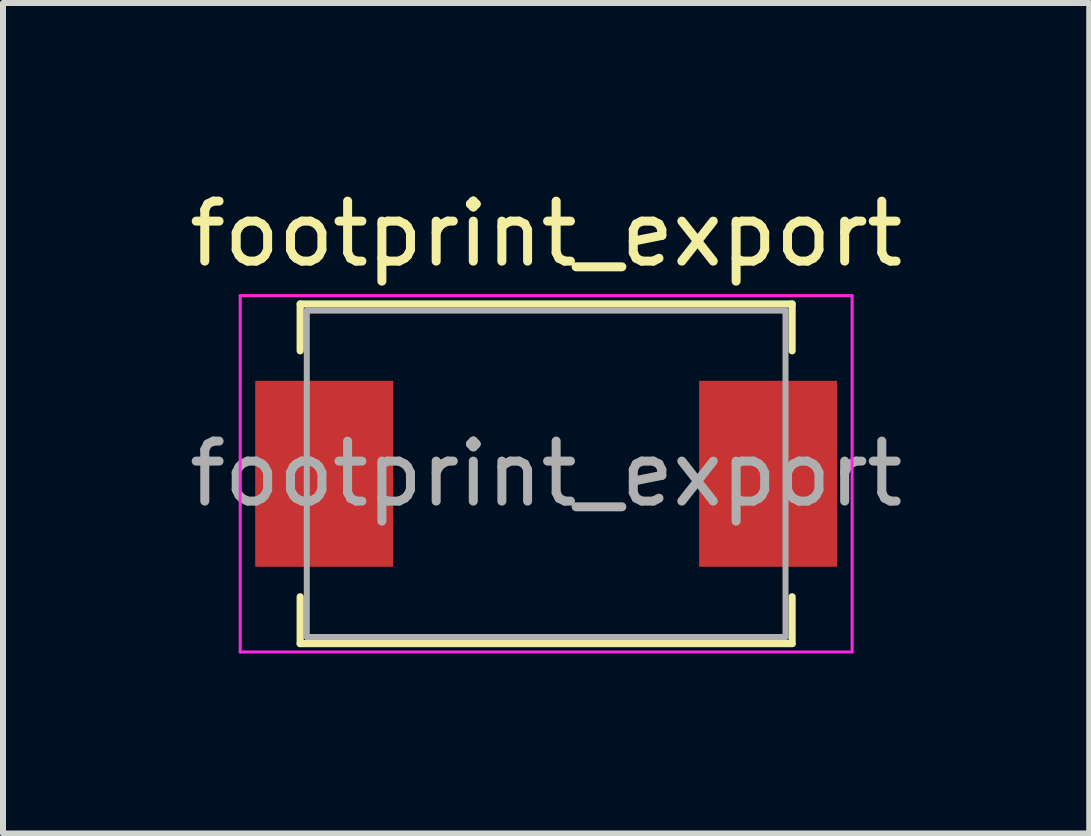
<source format=kicad_pcb>
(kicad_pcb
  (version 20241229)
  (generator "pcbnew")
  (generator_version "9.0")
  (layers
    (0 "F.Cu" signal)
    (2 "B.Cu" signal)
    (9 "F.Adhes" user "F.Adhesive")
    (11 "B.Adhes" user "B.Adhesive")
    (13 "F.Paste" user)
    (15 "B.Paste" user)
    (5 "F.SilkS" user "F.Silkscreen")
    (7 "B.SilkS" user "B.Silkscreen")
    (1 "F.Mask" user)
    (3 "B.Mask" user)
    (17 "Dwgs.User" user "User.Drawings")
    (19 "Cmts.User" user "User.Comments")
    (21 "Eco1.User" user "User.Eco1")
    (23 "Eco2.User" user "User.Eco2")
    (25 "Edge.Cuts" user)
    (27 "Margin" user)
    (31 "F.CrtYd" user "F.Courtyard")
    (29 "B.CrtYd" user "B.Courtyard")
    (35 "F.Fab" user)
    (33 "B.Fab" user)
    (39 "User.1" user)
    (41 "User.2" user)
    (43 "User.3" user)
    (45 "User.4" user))
  (footprint "footprint_export"
    (layer "F.Cu")
    (at 6.054 4.848)
    (property "Reference" "footprint_export" (at 0 -4 0) (layer "F.SilkS") (effects (font (size 1 1) (thickness 0.15))))
    (attr smd)
    (fp_line (start -4.1 -2.83) (end -4.1 -2.05) (stroke (width 0.12) (type solid)) (layer "F.SilkS"))
    (fp_line (start -4.1 -2.83) (end 4.1 -2.83) (stroke (width 0.12) (type solid)) (layer "F.SilkS"))
    (fp_line (start -4.1 2.83) (end -4.1 2.05) (stroke (width 0.12) (type solid)) (layer "F.SilkS"))
    (fp_line (start -4.1 2.83) (end 4.1 2.83) (stroke (width 0.12) (type solid)) (layer "F.SilkS"))
    (fp_line (start 4.1 -2.83) (end 4.1 -2.05) (stroke (width 0.12) (type solid)) (layer "F.SilkS"))
    (fp_line (start 4.1 2.83) (end 4.1 2.05) (stroke (width 0.12) (type solid)) (layer "F.SilkS"))
    (fp_line (start -5.1 -2.97) (end 5.1 -2.97) (stroke (width 0.05) (type solid)) (layer "F.CrtYd"))
    (fp_line (start -5.1 2.97) (end -5.1 -2.97) (stroke (width 0.05) (type solid)) (layer "F.CrtYd"))
    (fp_line (start 5.1 -2.97) (end 5.1 2.97) (stroke (width 0.05) (type solid)) (layer "F.CrtYd"))
    (fp_line (start 5.1 2.97) (end -5.1 2.97) (stroke (width 0.05) (type solid)) (layer "F.CrtYd"))
    (fp_line (start -3.99 -2.72) (end 3.99 -2.72) (stroke (width 0.1) (type solid)) (layer "F.Fab"))
    (fp_line (start -3.99 2.72) (end -3.99 -2.72) (stroke (width 0.1) (type solid)) (layer "F.Fab"))
    (fp_line (start 3.99 -2.72) (end 3.99 2.72) (stroke (width 0.1) (type solid)) (layer "F.Fab"))
    (fp_line (start 3.99 2.72) (end -3.99 2.72) (stroke (width 0.1) (type solid)) (layer "F.Fab"))
    (fp_text user "${REFERENCE}" (at 0 0 0) (layer "F.Fab") (effects (font (size 1 1) (thickness 0.15))))
    (pad "1" smd rect (at -3.7 0) (size 2.3 3.1) (layers "F.Cu" "F.Mask" "F.Paste"))
    (pad "2" smd rect (at 3.7 0) (size 2.3 3.1) (layers "F.Cu" "F.Mask" "F.Paste")))
  (gr_rect
    (start -3 -3)
    (end 15.107 10.843)
    (stroke (width 0.1) (type default))
    (fill no)
    (layer "Edge.Cuts")))
</source>
